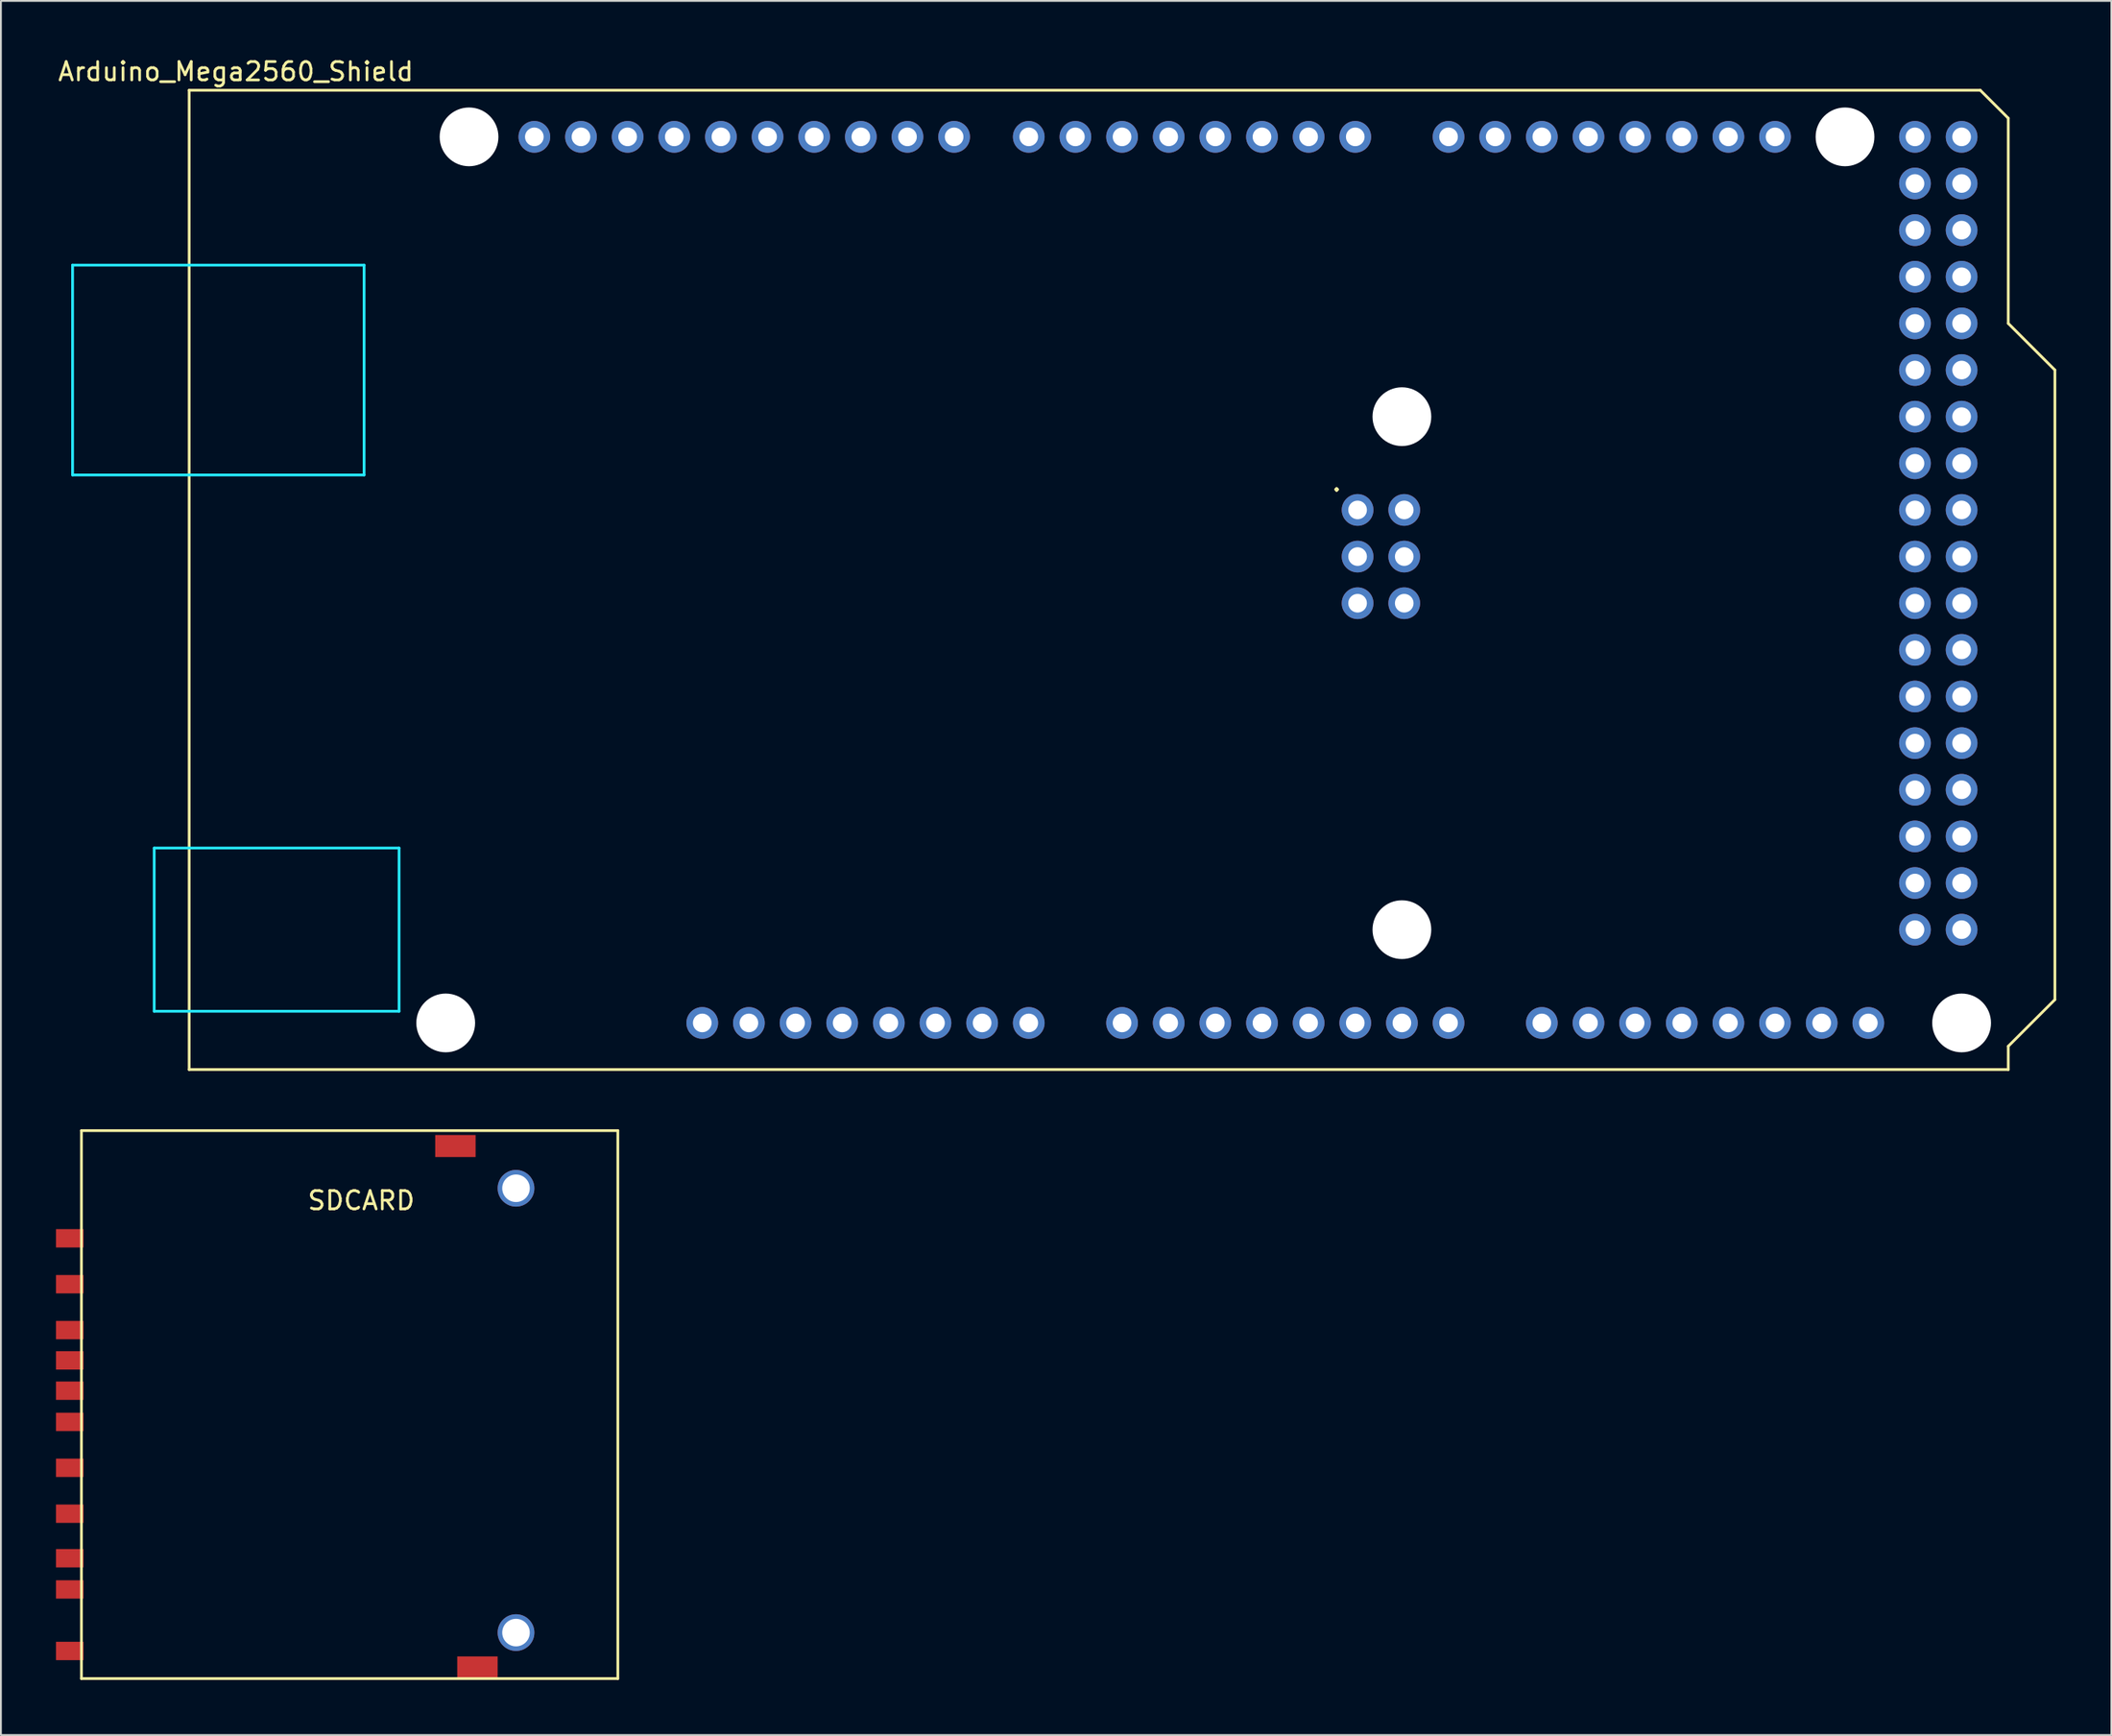
<source format=kicad_pcb>
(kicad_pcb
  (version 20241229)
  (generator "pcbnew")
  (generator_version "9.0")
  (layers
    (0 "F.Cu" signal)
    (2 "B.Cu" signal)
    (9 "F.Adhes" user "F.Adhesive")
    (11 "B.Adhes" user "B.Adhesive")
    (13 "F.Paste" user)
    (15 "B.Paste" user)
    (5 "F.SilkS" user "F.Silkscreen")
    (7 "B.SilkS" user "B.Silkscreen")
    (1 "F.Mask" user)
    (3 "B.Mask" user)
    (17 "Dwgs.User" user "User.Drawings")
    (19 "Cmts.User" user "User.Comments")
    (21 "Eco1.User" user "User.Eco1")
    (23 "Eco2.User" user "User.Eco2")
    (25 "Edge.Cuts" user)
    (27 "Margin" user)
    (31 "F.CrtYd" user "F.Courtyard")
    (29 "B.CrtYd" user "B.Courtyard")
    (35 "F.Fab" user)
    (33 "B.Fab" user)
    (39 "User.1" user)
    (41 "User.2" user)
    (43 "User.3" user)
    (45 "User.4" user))
  (footprint "SDCARD"
    (layer "F.Cu")
    (at 0.75 73.769)
    (property "Reference" "SDCARD" (at 15.875 -11.43 0) (layer "F.SilkS") (effects (font (size 1 1) (thickness 0.15))))
    (attr through_hole)
    (fp_line (start 0.635 -15.24) (end 29.845 -15.24) (stroke (width 0.15) (type solid)) (layer "F.SilkS"))
    (fp_line (start 0.635 14.605) (end 0.635 -15.24) (stroke (width 0.15) (type solid)) (layer "F.SilkS"))
    (fp_line (start 29.845 14.605) (end 0.635 14.605) (stroke (width 0.15) (type solid)) (layer "F.SilkS"))
    (fp_line (start 29.845 14.605) (end 29.845 -15.24) (stroke (width 0.15) (type solid)) (layer "F.SilkS"))
    (pad "" thru_hole circle (at 24.3 -12.1) (size 2 2) (drill 1.5) (layers "*.Cu" "*.Mask"))
    (pad "" thru_hole circle (at 24.3 12.1) (size 2 2) (drill 1.5) (layers "*.Cu" "*.Mask"))
    (pad "1" smd rect (at 0 -6.875) (size 1.5 1) (layers "F.Cu" "F.Mask" "F.Paste"))
    (pad "2" smd rect (at 0 -4.375) (size 1.5 1) (layers "F.Cu" "F.Mask" "F.Paste"))
    (pad "3" smd rect (at 0 -1.075) (size 1.5 1) (layers "F.Cu" "F.Mask" "F.Paste"))
    (pad "4" smd rect (at 0 0.625) (size 1.5 1) (layers "F.Cu" "F.Mask" "F.Paste"))
    (pad "5" smd rect (at 0 3.125) (size 1.5 1) (layers "F.Cu" "F.Mask" "F.Paste"))
    (pad "6" smd rect (at 0 5.625) (size 1.5 1) (layers "F.Cu" "F.Mask" "F.Paste"))
    (pad "7" smd rect (at 0 8.05) (size 1.5 1) (layers "F.Cu" "F.Mask" "F.Paste"))
    (pad "8" smd rect (at 0 9.75) (size 1.5 1) (layers "F.Cu" "F.Mask" "F.Paste"))
    (pad "9" smd rect (at 0 -9.375) (size 1.5 1) (layers "F.Cu" "F.Mask" "F.Paste"))
    (pad "10" smd rect (at 0 -2.725) (size 1.5 1) (layers "F.Cu" "F.Mask" "F.Paste"))
    (pad "11" smd rect (at 0 13.1) (size 1.5 1) (layers "F.Cu" "F.Mask" "F.Paste"))
    (pad "12" smd rect (at 21 -14.4) (size 2.2 1.2) (layers "F.Cu" "F.Mask" "F.Paste"))
    (pad "13" smd rect (at 22.2 14) (size 2.2 1.2) (layers "F.Cu" "F.Mask" "F.Paste")))
  (footprint "Arduino_Mega2560_Shield"
    (layer "F.Cu")
    (at 7.252 55.204)
    (property "Reference" "Arduino_Mega2560_Shield" (at 2.54 -54.356 0) (layer "F.SilkS") (effects (font (size 1 1) (thickness 0.15))))
    (attr through_hole exclude_from_bom)
    (fp_line (start 0 -53.34) (end 0 0) (stroke (width 0.15) (type solid)) (layer "F.SilkS"))
    (fp_line (start 0 -53.34) (end 97.536 -53.34) (stroke (width 0.15) (type solid)) (layer "F.SilkS"))
    (fp_line (start 0 0) (end 99.06 0) (stroke (width 0.15) (type solid)) (layer "F.SilkS"))
    (fp_line (start 97.536 -53.34) (end 99.06 -51.816) (stroke (width 0.15) (type solid)) (layer "F.SilkS"))
    (fp_line (start 99.06 -40.64) (end 99.06 -51.816) (stroke (width 0.15) (type solid)) (layer "F.SilkS"))
    (fp_line (start 99.06 -1.27) (end 101.6 -3.81) (stroke (width 0.15) (type solid)) (layer "F.SilkS"))
    (fp_line (start 99.06 0) (end 99.06 -1.27) (stroke (width 0.15) (type solid)) (layer "F.SilkS"))
    (fp_line (start 101.6 -38.1) (end 99.06 -40.64) (stroke (width 0.15) (type solid)) (layer "F.SilkS"))
    (fp_line (start 101.6 -3.81) (end 101.6 -38.1) (stroke (width 0.15) (type solid)) (layer "F.SilkS"))
    (fp_line (start -6.35 -43.815) (end -6.35 -32.385) (stroke (width 0.15) (type solid)) (layer "B.CrtYd"))
    (fp_line (start -1.905 -12.065) (end -1.905 -3.175) (stroke (width 0.15) (type solid)) (layer "B.CrtYd"))
    (fp_line (start -1.905 -12.065) (end 11.43 -12.065) (stroke (width 0.15) (type solid)) (layer "B.CrtYd"))
    (fp_line (start -1.905 -3.175) (end 11.43 -3.175) (stroke (width 0.15) (type solid)) (layer "B.CrtYd"))
    (fp_line (start 9.525 -43.815) (end -6.35 -43.815) (stroke (width 0.15) (type solid)) (layer "B.CrtYd"))
    (fp_line (start 9.525 -43.815) (end 9.525 -32.385) (stroke (width 0.15) (type solid)) (layer "B.CrtYd"))
    (fp_line (start 9.525 -32.385) (end -6.35 -32.385) (stroke (width 0.15) (type solid)) (layer "B.CrtYd"))
    (fp_line (start 11.43 -12.065) (end 11.43 -3.175) (stroke (width 0.15) (type solid)) (layer "B.CrtYd"))
    (fp_text user "." (at 62.484 -32.004 0) (layer "F.SilkS") (effects (font (size 1 1) (thickness 0.15))))
    (pad "" np_thru_hole circle (at 13.97 -2.54) (size 3.2 3.2) (drill 3.2) (layers "*.Cu" "*.Mask"))
    (pad "" np_thru_hole circle (at 15.24 -50.8) (size 3.2 3.2) (drill 3.2) (layers "*.Cu" "*.Mask"))
    (pad "" thru_hole oval (at 27.94 -2.54) (size 1.727 1.727) (drill 1.016) (layers "*.Cu" "*.Mask"))
    (pad "" np_thru_hole circle (at 66.04 -35.56) (size 3.2 3.2) (drill 3.2) (layers "*.Cu" "*.Mask"))
    (pad "" np_thru_hole circle (at 66.04 -7.62) (size 3.2 3.2) (drill 3.2) (layers "*.Cu" "*.Mask"))
    (pad "" np_thru_hole circle (at 90.17 -50.8) (size 3.2 3.2) (drill 3.2) (layers "*.Cu" "*.Mask"))
    (pad "" np_thru_hole circle (at 96.52 -2.54) (size 3.2 3.2) (drill 3.2) (layers "*.Cu" "*.Mask"))
    (pad "3V3" thru_hole oval (at 35.56 -2.54) (size 1.727 1.727) (drill 1.016) (layers "*.Cu" "*.Mask"))
    (pad "5V1" thru_hole oval (at 38.1 -2.54) (size 1.727 1.727) (drill 1.016) (layers "*.Cu" "*.Mask"))
    (pad "5V2" thru_hole oval (at 66.167 -30.48) (size 1.727 1.727) (drill 1.016) (layers "*.Cu" "*.Mask"))
    (pad "5V3" thru_hole oval (at 93.98 -50.8) (size 1.727 1.727) (drill 1.016) (layers "*.Cu" "*.Mask"))
    (pad "5V4" thru_hole oval (at 96.52 -50.8) (size 1.727 1.727) (drill 1.016) (layers "*.Cu" "*.Mask"))
    (pad "A0" thru_hole oval (at 50.8 -2.54) (size 1.727 1.727) (drill 1.016) (layers "*.Cu" "*.Mask"))
    (pad "A1" thru_hole oval (at 53.34 -2.54) (size 1.727 1.727) (drill 1.016) (layers "*.Cu" "*.Mask"))
    (pad "A2" thru_hole oval (at 55.88 -2.54) (size 1.727 1.727) (drill 1.016) (layers "*.Cu" "*.Mask"))
    (pad "A3" thru_hole oval (at 58.42 -2.54) (size 1.727 1.727) (drill 1.016) (layers "*.Cu" "*.Mask"))
    (pad "A4" thru_hole oval (at 60.96 -2.54) (size 1.727 1.727) (drill 1.016) (layers "*.Cu" "*.Mask"))
    (pad "A5" thru_hole oval (at 63.5 -2.54) (size 1.727 1.727) (drill 1.016) (layers "*.Cu" "*.Mask"))
    (pad "A6" thru_hole oval (at 66.04 -2.54) (size 1.727 1.727) (drill 1.016) (layers "*.Cu" "*.Mask"))
    (pad "A7" thru_hole oval (at 68.58 -2.54) (size 1.727 1.727) (drill 1.016) (layers "*.Cu" "*.Mask"))
    (pad "A8" thru_hole oval (at 73.66 -2.54) (size 1.727 1.727) (drill 1.016) (layers "*.Cu" "*.Mask"))
    (pad "A9" thru_hole oval (at 76.2 -2.54) (size 1.727 1.727) (drill 1.016) (layers "*.Cu" "*.Mask"))
    (pad "A10" thru_hole oval (at 78.74 -2.54) (size 1.727 1.727) (drill 1.016) (layers "*.Cu" "*.Mask"))
    (pad "A11" thru_hole oval (at 81.28 -2.54) (size 1.727 1.727) (drill 1.016) (layers "*.Cu" "*.Mask"))
    (pad "A12" thru_hole oval (at 83.82 -2.54) (size 1.727 1.727) (drill 1.016) (layers "*.Cu" "*.Mask"))
    (pad "A13" thru_hole oval (at 86.36 -2.54) (size 1.727 1.727) (drill 1.016) (layers "*.Cu" "*.Mask"))
    (pad "A14" thru_hole oval (at 88.9 -2.54) (size 1.727 1.727) (drill 1.016) (layers "*.Cu" "*.Mask"))
    (pad "A15" thru_hole oval (at 91.44 -2.54) (size 1.727 1.727) (drill 1.016) (layers "*.Cu" "*.Mask"))
    (pad "AREF" thru_hole oval (at 23.876 -50.8) (size 1.727 1.727) (drill 1.016) (layers "*.Cu" "*.Mask"))
    (pad "D0" thru_hole oval (at 63.5 -50.8) (size 1.727 1.727) (drill 1.016) (layers "*.Cu" "*.Mask"))
    (pad "D1" thru_hole oval (at 60.96 -50.8) (size 1.727 1.727) (drill 1.016) (layers "*.Cu" "*.Mask"))
    (pad "D2" thru_hole oval (at 58.42 -50.8) (size 1.727 1.727) (drill 1.016) (layers "*.Cu" "*.Mask"))
    (pad "D3" thru_hole oval (at 55.88 -50.8) (size 1.727 1.727) (drill 1.016) (layers "*.Cu" "*.Mask"))
    (pad "D4" thru_hole oval (at 53.34 -50.8) (size 1.727 1.727) (drill 1.016) (layers "*.Cu" "*.Mask"))
    (pad "D5" thru_hole oval (at 50.8 -50.8) (size 1.727 1.727) (drill 1.016) (layers "*.Cu" "*.Mask"))
    (pad "D6" thru_hole oval (at 48.26 -50.8) (size 1.727 1.727) (drill 1.016) (layers "*.Cu" "*.Mask"))
    (pad "D7" thru_hole oval (at 45.72 -50.8) (size 1.727 1.727) (drill 1.016) (layers "*.Cu" "*.Mask"))
    (pad "D8" thru_hole oval (at 41.656 -50.8) (size 1.727 1.727) (drill 1.016) (layers "*.Cu" "*.Mask"))
    (pad "D9" thru_hole oval (at 39.116 -50.8) (size 1.727 1.727) (drill 1.016) (layers "*.Cu" "*.Mask"))
    (pad "D10" thru_hole oval (at 36.576 -50.8) (size 1.727 1.727) (drill 1.016) (layers "*.Cu" "*.Mask"))
    (pad "D11" thru_hole oval (at 34.036 -50.8) (size 1.727 1.727) (drill 1.016) (layers "*.Cu" "*.Mask"))
    (pad "D12" thru_hole oval (at 31.496 -50.8) (size 1.727 1.727) (drill 1.016) (layers "*.Cu" "*.Mask"))
    (pad "D13" thru_hole oval (at 28.956 -50.8) (size 1.727 1.727) (drill 1.016) (layers "*.Cu" "*.Mask"))
    (pad "D14" thru_hole oval (at 68.58 -50.8) (size 1.727 1.727) (drill 1.016) (layers "*.Cu" "*.Mask"))
    (pad "D15" thru_hole oval (at 71.12 -50.8) (size 1.727 1.727) (drill 1.016) (layers "*.Cu" "*.Mask"))
    (pad "D16" thru_hole oval (at 73.66 -50.8) (size 1.727 1.727) (drill 1.016) (layers "*.Cu" "*.Mask"))
    (pad "D17" thru_hole oval (at 76.2 -50.8) (size 1.727 1.727) (drill 1.016) (layers "*.Cu" "*.Mask"))
    (pad "D18" thru_hole oval (at 78.74 -50.8) (size 1.727 1.727) (drill 1.016) (layers "*.Cu" "*.Mask"))
    (pad "D19" thru_hole oval (at 81.28 -50.8) (size 1.727 1.727) (drill 1.016) (layers "*.Cu" "*.Mask"))
    (pad "D20" thru_hole oval (at 83.82 -50.8) (size 1.727 1.727) (drill 1.016) (layers "*.Cu" "*.Mask"))
    (pad "D21" thru_hole oval (at 86.36 -50.8) (size 1.727 1.727) (drill 1.016) (layers "*.Cu" "*.Mask"))
    (pad "D22" thru_hole oval (at 93.98 -48.26) (size 1.727 1.727) (drill 1.016) (layers "*.Cu" "*.Mask"))
    (pad "D23" thru_hole oval (at 96.52 -48.26) (size 1.727 1.727) (drill 1.016) (layers "*.Cu" "*.Mask"))
    (pad "D24" thru_hole oval (at 93.98 -45.72) (size 1.727 1.727) (drill 1.016) (layers "*.Cu" "*.Mask"))
    (pad "D25" thru_hole oval (at 96.52 -45.72) (size 1.727 1.727) (drill 1.016) (layers "*.Cu" "*.Mask"))
    (pad "D26" thru_hole oval (at 93.98 -43.18) (size 1.727 1.727) (drill 1.016) (layers "*.Cu" "*.Mask"))
    (pad "D27" thru_hole oval (at 96.52 -43.18) (size 1.727 1.727) (drill 1.016) (layers "*.Cu" "*.Mask"))
    (pad "D28" thru_hole oval (at 93.98 -40.64) (size 1.727 1.727) (drill 1.016) (layers "*.Cu" "*.Mask"))
    (pad "D29" thru_hole oval (at 96.52 -40.64) (size 1.727 1.727) (drill 1.016) (layers "*.Cu" "*.Mask"))
    (pad "D30" thru_hole oval (at 93.98 -38.1) (size 1.727 1.727) (drill 1.016) (layers "*.Cu" "*.Mask"))
    (pad "D31" thru_hole oval (at 96.52 -38.1) (size 1.727 1.727) (drill 1.016) (layers "*.Cu" "*.Mask"))
    (pad "D32" thru_hole oval (at 93.98 -35.56) (size 1.727 1.727) (drill 1.016) (layers "*.Cu" "*.Mask"))
    (pad "D33" thru_hole oval (at 96.52 -35.56) (size 1.727 1.727) (drill 1.016) (layers "*.Cu" "*.Mask"))
    (pad "D34" thru_hole oval (at 93.98 -33.02) (size 1.727 1.727) (drill 1.016) (layers "*.Cu" "*.Mask"))
    (pad "D35" thru_hole oval (at 96.52 -33.02) (size 1.727 1.727) (drill 1.016) (layers "*.Cu" "*.Mask"))
    (pad "D36" thru_hole oval (at 93.98 -30.48) (size 1.727 1.727) (drill 1.016) (layers "*.Cu" "*.Mask"))
    (pad "D37" thru_hole oval (at 96.52 -30.48) (size 1.727 1.727) (drill 1.016) (layers "*.Cu" "*.Mask"))
    (pad "D38" thru_hole oval (at 93.98 -27.94) (size 1.727 1.727) (drill 1.016) (layers "*.Cu" "*.Mask"))
    (pad "D39" thru_hole oval (at 96.52 -27.94) (size 1.727 1.727) (drill 1.016) (layers "*.Cu" "*.Mask"))
    (pad "D40" thru_hole oval (at 93.98 -25.4) (size 1.727 1.727) (drill 1.016) (layers "*.Cu" "*.Mask"))
    (pad "D41" thru_hole oval (at 96.52 -25.4) (size 1.727 1.727) (drill 1.016) (layers "*.Cu" "*.Mask"))
    (pad "D42" thru_hole oval (at 93.98 -22.86) (size 1.727 1.727) (drill 1.016) (layers "*.Cu" "*.Mask"))
    (pad "D43" thru_hole oval (at 96.52 -22.86) (size 1.727 1.727) (drill 1.016) (layers "*.Cu" "*.Mask"))
    (pad "D44" thru_hole oval (at 93.98 -20.32) (size 1.727 1.727) (drill 1.016) (layers "*.Cu" "*.Mask"))
    (pad "D45" thru_hole oval (at 96.52 -20.32) (size 1.727 1.727) (drill 1.016) (layers "*.Cu" "*.Mask"))
    (pad "D46" thru_hole oval (at 93.98 -17.78) (size 1.727 1.727) (drill 1.016) (layers "*.Cu" "*.Mask"))
    (pad "D47" thru_hole oval (at 96.52 -17.78) (size 1.727 1.727) (drill 1.016) (layers "*.Cu" "*.Mask"))
    (pad "D48" thru_hole oval (at 93.98 -15.24) (size 1.727 1.727) (drill 1.016) (layers "*.Cu" "*.Mask"))
    (pad "D49" thru_hole oval (at 96.52 -15.24) (size 1.727 1.727) (drill 1.016) (layers "*.Cu" "*.Mask"))
    (pad "D50" thru_hole oval (at 93.98 -12.7) (size 1.727 1.727) (drill 1.016) (layers "*.Cu" "*.Mask"))
    (pad "D51" thru_hole oval (at 96.52 -12.7) (size 1.727 1.727) (drill 1.016) (layers "*.Cu" "*.Mask"))
    (pad "D52" thru_hole oval (at 93.98 -10.16) (size 1.727 1.727) (drill 1.016) (layers "*.Cu" "*.Mask"))
    (pad "D53" thru_hole oval (at 96.52 -10.16) (size 1.727 1.727) (drill 1.016) (layers "*.Cu" "*.Mask"))
    (pad "GND1" thru_hole oval (at 26.416 -50.8) (size 1.727 1.727) (drill 1.016) (layers "*.Cu" "*.Mask"))
    (pad "GND2" thru_hole oval (at 40.64 -2.54) (size 1.727 1.727) (drill 1.016) (layers "*.Cu" "*.Mask"))
    (pad "GND3" thru_hole oval (at 43.18 -2.54) (size 1.727 1.727) (drill 1.016) (layers "*.Cu" "*.Mask"))
    (pad "GND4" thru_hole oval (at 66.167 -25.4) (size 1.727 1.727) (drill 1.016) (layers "*.Cu" "*.Mask"))
    (pad "GND5" thru_hole oval (at 93.98 -7.62) (size 1.727 1.727) (drill 1.016) (layers "*.Cu" "*.Mask"))
    (pad "GND6" thru_hole oval (at 96.52 -7.62) (size 1.727 1.727) (drill 1.016) (layers "*.Cu" "*.Mask"))
    (pad "IORF" thru_hole oval (at 30.48 -2.54) (size 1.727 1.727) (drill 1.016) (layers "*.Cu" "*.Mask"))
    (pad "MISO" thru_hole oval (at 63.627 -30.48) (size 1.727 1.727) (drill 1.016) (layers "*.Cu" "*.Mask"))
    (pad "MOSI" thru_hole oval (at 66.167 -27.94) (size 1.727 1.727) (drill 1.016) (layers "*.Cu" "*.Mask"))
    (pad "RST1" thru_hole oval (at 33.02 -2.54) (size 1.727 1.727) (drill 1.016) (layers "*.Cu" "*.Mask"))
    (pad "RST2" thru_hole oval (at 63.627 -25.4) (size 1.727 1.727) (drill 1.016) (layers "*.Cu" "*.Mask"))
    (pad "SCK" thru_hole oval (at 63.627 -27.94) (size 1.727 1.727) (drill 1.016) (layers "*.Cu" "*.Mask"))
    (pad "SCL" thru_hole oval (at 18.796 -50.8) (size 1.727 1.727) (drill 1.016) (layers "*.Cu" "*.Mask"))
    (pad "SDA" thru_hole oval (at 21.336 -50.8) (size 1.727 1.727) (drill 1.016) (layers "*.Cu" "*.Mask"))
    (pad "VIN" thru_hole oval (at 45.72 -2.54) (size 1.727 1.727) (drill 1.016) (layers "*.Cu" "*.Mask")))
  (gr_rect
    (start -3 -3)
    (end 111.927 91.449)
    (stroke (width 0.1) (type default))
    (fill no)
    (layer "Edge.Cuts")))
</source>
